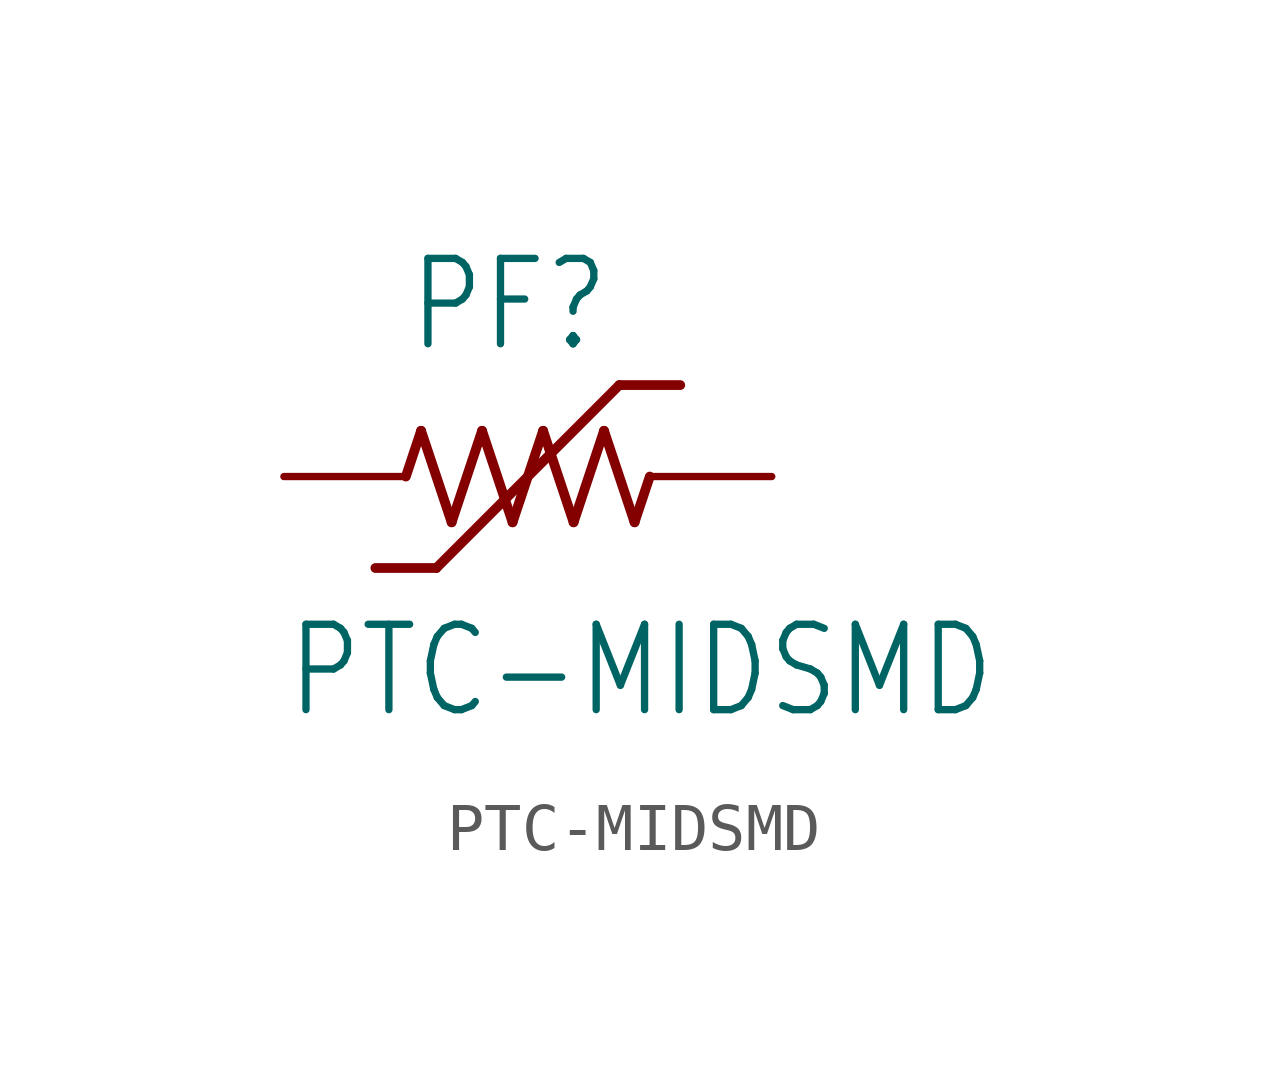
<source format=kicad_sym>
(kicad_symbol_lib
  (version 20211014)
  (generator kicad_symbol_editor)
  (symbol "PTC-MIDSMD"
    (property "Reference" "PF"
      (at -2.54 2.54 0)
      (effects (font (size 1.778 1.511)) (justify left bottom)))
    (property "Value" "PTC-MIDSMD"
      (at -5.08 -5.08 0)
      (effects (font (size 1.778 1.511)) (justify left bottom)))
    (property "ki_locked" ""
      (at 0 0 0)
      (effects (font (size 1.27 1.27))))
    (symbol "PTC-MIDSMD_1_0"
      (polyline (pts (xy -2.54 0) (xy -2.223 0.953)) (stroke (width 0.203) (type default) (color 0 0 0 0)) (fill (type none)))
      (polyline (pts (xy -2.223 0.953) (xy -1.587 -0.953)) (stroke (width 0.203) (type default) (color 0 0 0 0)) (fill (type none)))
      (polyline (pts (xy -1.905 -1.905) (xy -3.175 -1.905)) (stroke (width 0.203) (type default) (color 0 0 0 0)) (fill (type none)))
      (polyline (pts (xy -1.587 -0.953) (xy -0.953 0.953)) (stroke (width 0.203) (type default) (color 0 0 0 0)) (fill (type none)))
      (polyline (pts (xy -0.953 0.953) (xy -0.318 -0.953)) (stroke (width 0.203) (type default) (color 0 0 0 0)) (fill (type none)))
      (polyline (pts (xy -0.318 -0.953) (xy 0.318 0.953)) (stroke (width 0.203) (type default) (color 0 0 0 0)) (fill (type none)))
      (polyline (pts (xy 0.318 0.953) (xy 0.953 -0.953)) (stroke (width 0.203) (type default) (color 0 0 0 0)) (fill (type none)))
      (polyline (pts (xy 0.953 -0.953) (xy 1.587 0.953)) (stroke (width 0.203) (type default) (color 0 0 0 0)) (fill (type none)))
      (polyline (pts (xy 1.587 0.953) (xy 2.223 -0.953)) (stroke (width 0.203) (type default) (color 0 0 0 0)) (fill (type none)))
      (polyline (pts (xy 1.905 1.905) (xy -1.905 -1.905)) (stroke (width 0.203) (type default) (color 0 0 0 0)) (fill (type none)))
      (polyline (pts (xy 2.223 -0.953) (xy 2.54 0)) (stroke (width 0.203) (type default) (color 0 0 0 0)) (fill (type none)))
      (polyline (pts (xy 3.175 1.905) (xy 1.905 1.905)) (stroke (width 0.203) (type default) (color 0 0 0 0)) (fill (type none)))
      (pin passive line (at 5.08 0 180) (length 2.54) (name "2" (effects (font (size 0 0)))) (number "1" (effects (font (size 0 0)))))
      (pin passive line (at -5.08 0 0) (length 2.54) (name "1" (effects (font (size 0 0)))) (number "2" (effects (font (size 0 0))))))))
</source>
